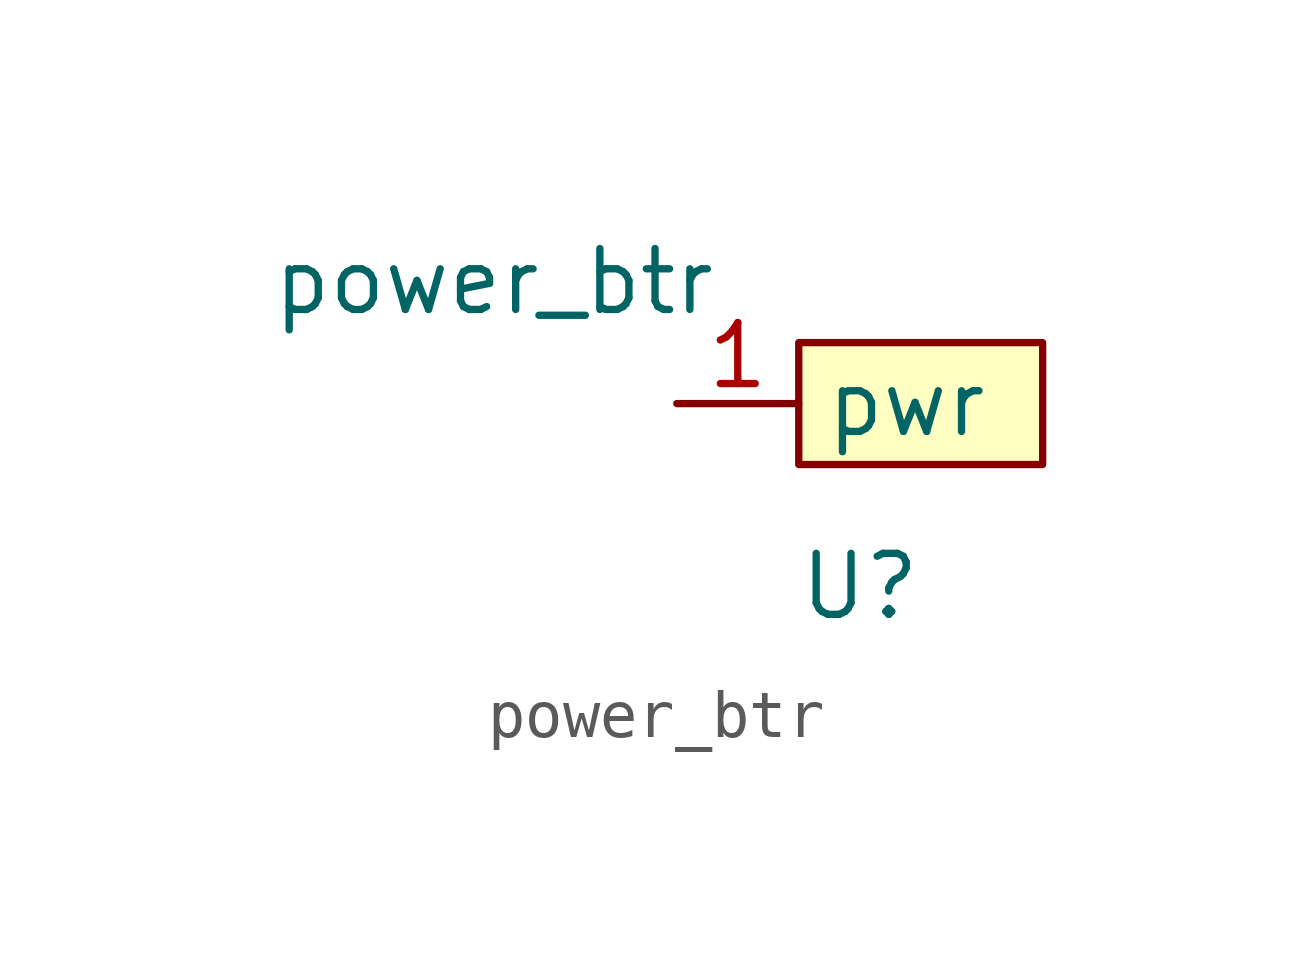
<source format=kicad_sym>
(kicad_symbol_lib
  (version 20211014)
  (generator kicad_symbol_editor)
  (symbol "power_btr"
    (property "Reference" "U"
      (at 3.81 -5.08 0)
      (effects (font (size 1.27 1.27))))
    (property "Value" "power_btr"
      (at -3.81 1.27 0)
      (effects (font (size 1.27 1.27))))
    (symbol "power_btr_0_1"
      (rectangle (start 2.54 0) (end 7.62 -2.54) (stroke (width 0) (type default) (color 0 0 0 0)) (fill (type background))))
    (symbol "power_btr_1_1"
      (pin power_out line (at 0 -1.27 0) (length 2.54) (name "pwr" (effects (font (size 1.27 1.27)))) (number "1" (effects (font (size 1.27 1.27))))))))
</source>
